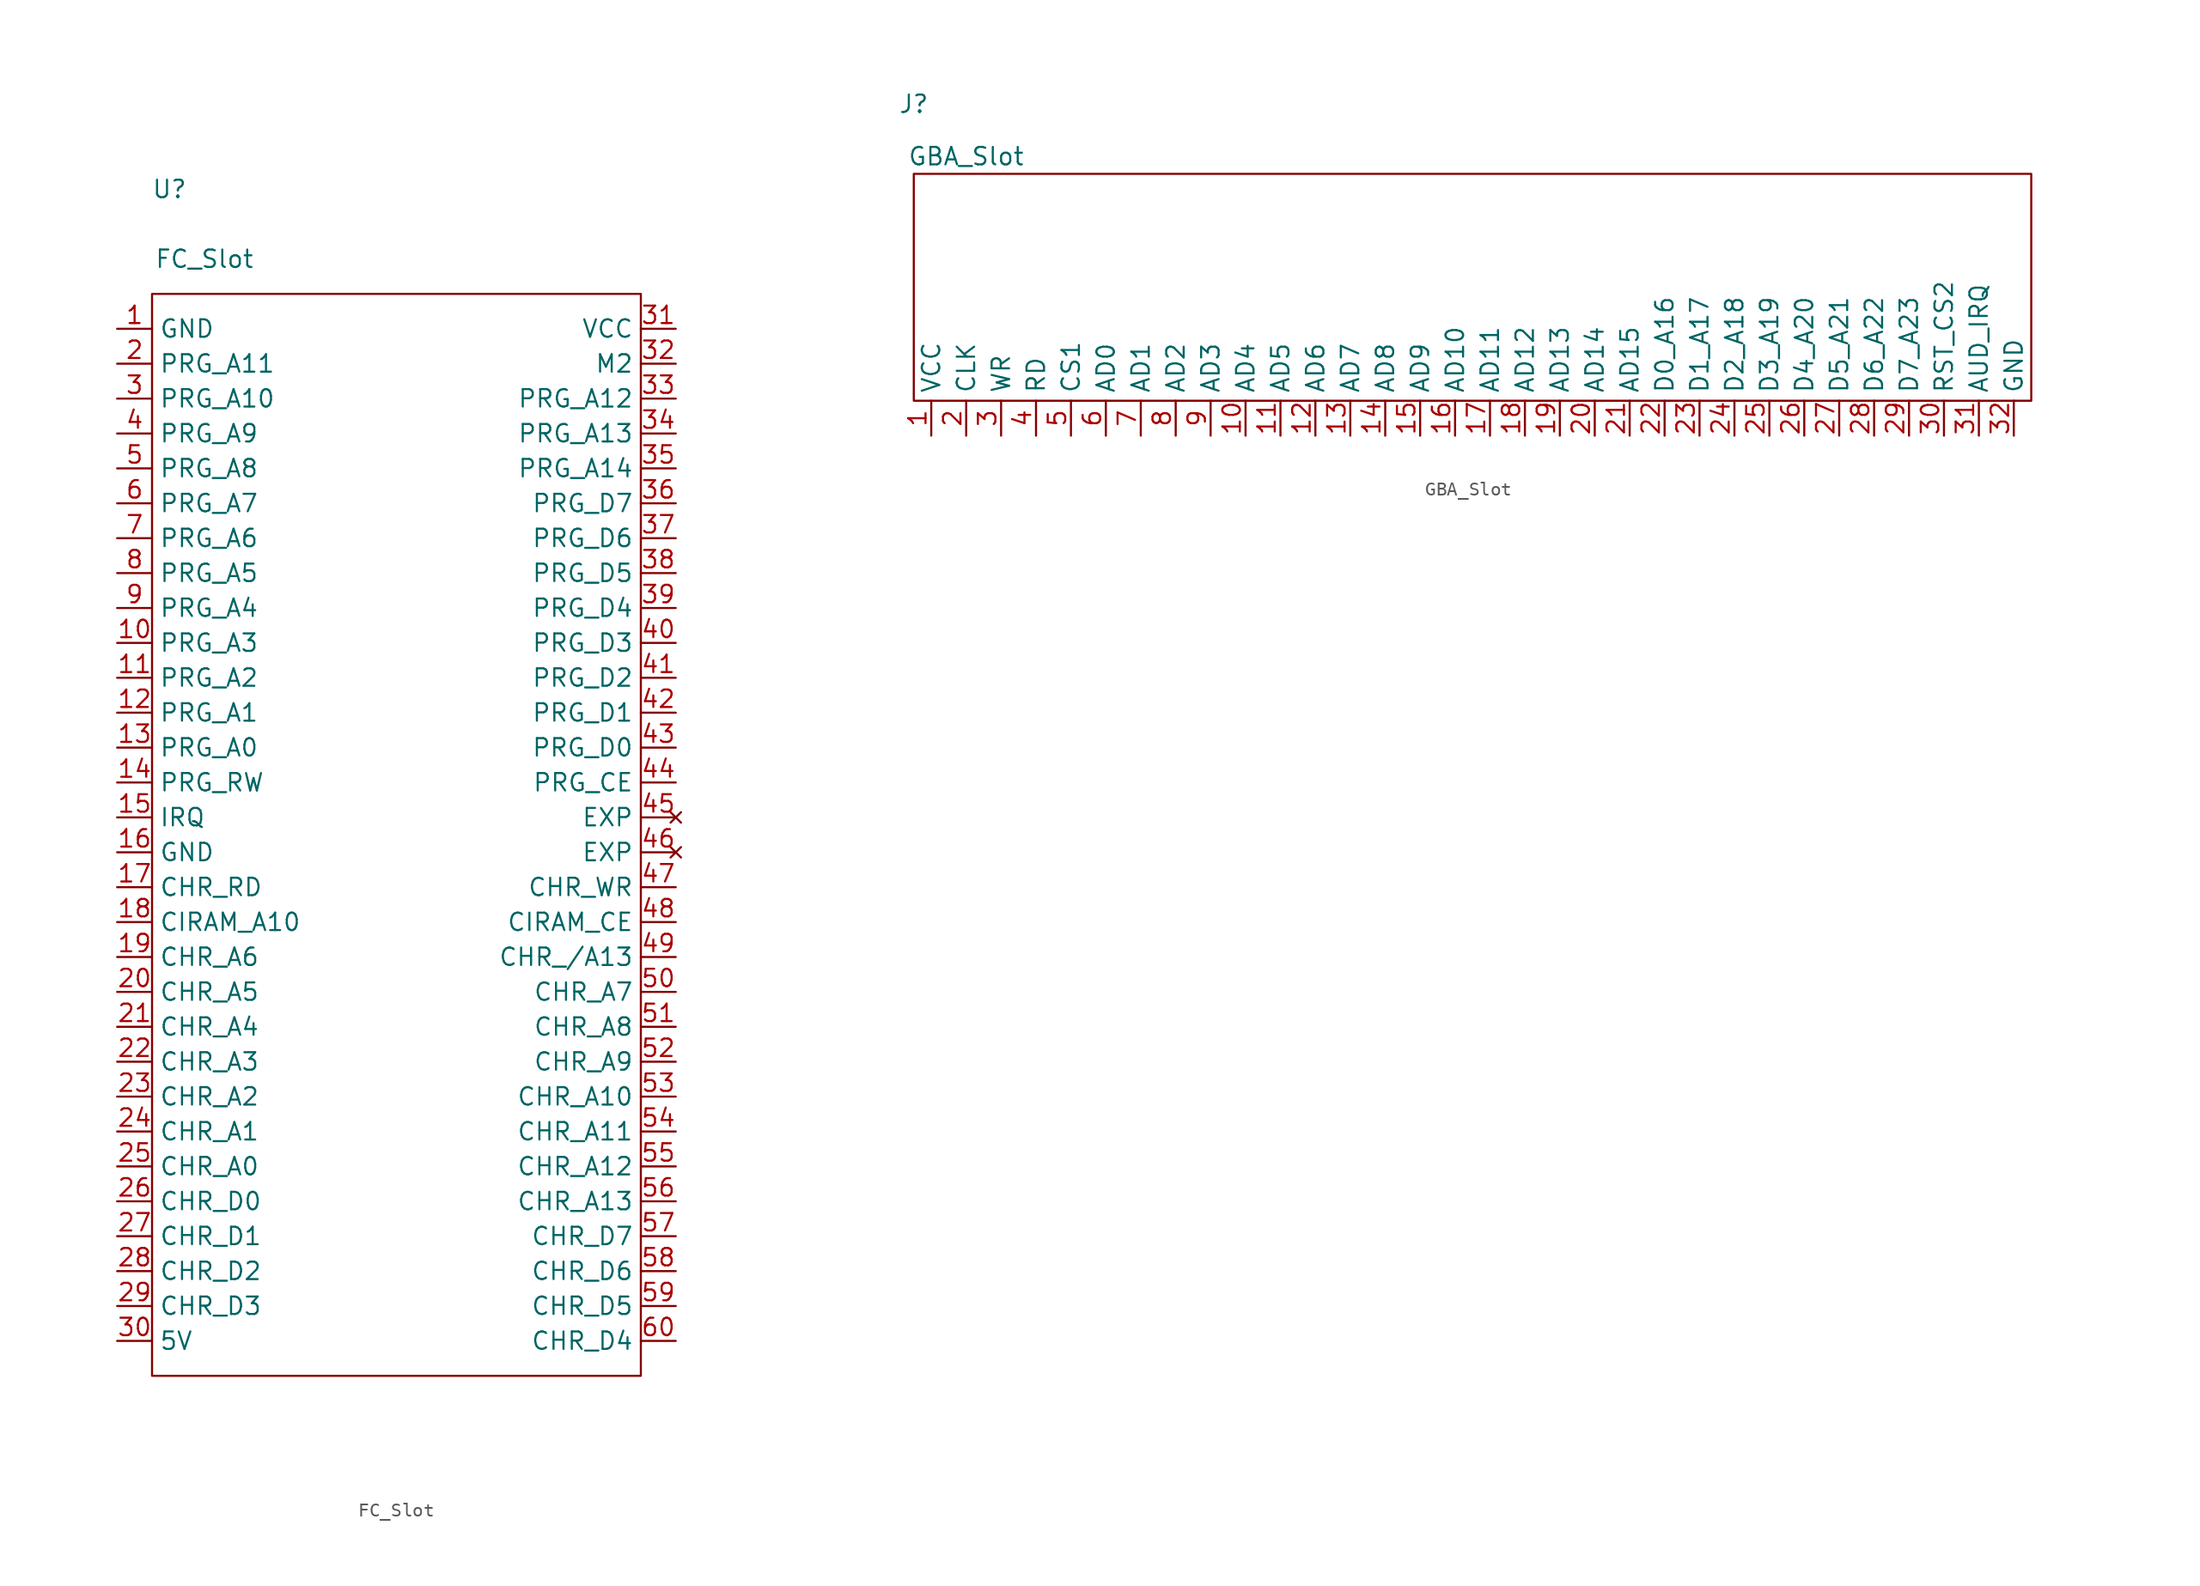
<source format=kicad_sym>
(kicad_symbol_lib
  (version 20220914)
  (generator kicad_symbol_editor)
  (symbol "FC_Slot"
    (property "Reference" "U"
      (at -16.51 52.07 0)
      (effects (font (size 1.27 1.27))))
    (property "Value" "FC_Slot"
      (at -13.97 46.99 0)
      (effects (font (size 1.27 1.27))))
    (symbol "FC_Slot_0_1"
      (rectangle (start -17.78 44.45) (end 17.78 -34.29) (stroke (width 0.152) (type default)) (fill (type none))))
    (symbol "FC_Slot_1_1"
      (pin power_in line (at -20.32 41.91 0) (length 2.54) (name "GND" (effects (font (size 1.27 1.27)))) (number "1" (effects (font (size 1.27 1.27)))))
      (pin input line (at -20.32 19.05 0) (length 2.54) (name "PRG_A3" (effects (font (size 1.27 1.27)))) (number "10" (effects (font (size 1.27 1.27)))))
      (pin input line (at -20.32 16.51 0) (length 2.54) (name "PRG_A2" (effects (font (size 1.27 1.27)))) (number "11" (effects (font (size 1.27 1.27)))))
      (pin input line (at -20.32 13.97 0) (length 2.54) (name "PRG_A1" (effects (font (size 1.27 1.27)))) (number "12" (effects (font (size 1.27 1.27)))))
      (pin input line (at -20.32 11.43 0) (length 2.54) (name "PRG_A0" (effects (font (size 1.27 1.27)))) (number "13" (effects (font (size 1.27 1.27)))))
      (pin input line (at -20.32 8.89 0) (length 2.54) (name "PRG_RW" (effects (font (size 1.27 1.27)))) (number "14" (effects (font (size 1.27 1.27)))))
      (pin input line (at -20.32 6.35 0) (length 2.54) (name "IRQ" (effects (font (size 1.27 1.27)))) (number "15" (effects (font (size 1.27 1.27)))))
      (pin power_in line (at -20.32 3.81 0) (length 2.54) (name "GND" (effects (font (size 1.27 1.27)))) (number "16" (effects (font (size 1.27 1.27)))))
      (pin input line (at -20.32 1.27 0) (length 2.54) (name "CHR_RD" (effects (font (size 1.27 1.27)))) (number "17" (effects (font (size 1.27 1.27)))))
      (pin input line (at -20.32 -1.27 0) (length 2.54) (name "CIRAM_A10" (effects (font (size 1.27 1.27)))) (number "18" (effects (font (size 1.27 1.27)))))
      (pin input line (at -20.32 -3.81 0) (length 2.54) (name "CHR_A6" (effects (font (size 1.27 1.27)))) (number "19" (effects (font (size 1.27 1.27)))))
      (pin input line (at -20.32 39.37 0) (length 2.54) (name "PRG_A11" (effects (font (size 1.27 1.27)))) (number "2" (effects (font (size 1.27 1.27)))))
      (pin input line (at -20.32 -6.35 0) (length 2.54) (name "CHR_A5" (effects (font (size 1.27 1.27)))) (number "20" (effects (font (size 1.27 1.27)))))
      (pin input line (at -20.32 -8.89 0) (length 2.54) (name "CHR_A4" (effects (font (size 1.27 1.27)))) (number "21" (effects (font (size 1.27 1.27)))))
      (pin input line (at -20.32 -11.43 0) (length 2.54) (name "CHR_A3" (effects (font (size 1.27 1.27)))) (number "22" (effects (font (size 1.27 1.27)))))
      (pin input line (at -20.32 -13.97 0) (length 2.54) (name "CHR_A2" (effects (font (size 1.27 1.27)))) (number "23" (effects (font (size 1.27 1.27)))))
      (pin input line (at -20.32 -16.51 0) (length 2.54) (name "CHR_A1" (effects (font (size 1.27 1.27)))) (number "24" (effects (font (size 1.27 1.27)))))
      (pin input line (at -20.32 -19.05 0) (length 2.54) (name "CHR_A0" (effects (font (size 1.27 1.27)))) (number "25" (effects (font (size 1.27 1.27)))))
      (pin bidirectional line (at -20.32 -21.59 0) (length 2.54) (name "CHR_D0" (effects (font (size 1.27 1.27)))) (number "26" (effects (font (size 1.27 1.27)))))
      (pin bidirectional line (at -20.32 -24.13 0) (length 2.54) (name "CHR_D1" (effects (font (size 1.27 1.27)))) (number "27" (effects (font (size 1.27 1.27)))))
      (pin bidirectional line (at -20.32 -26.67 0) (length 2.54) (name "CHR_D2" (effects (font (size 1.27 1.27)))) (number "28" (effects (font (size 1.27 1.27)))))
      (pin bidirectional line (at -20.32 -29.21 0) (length 2.54) (name "CHR_D3" (effects (font (size 1.27 1.27)))) (number "29" (effects (font (size 1.27 1.27)))))
      (pin input line (at -20.32 36.83 0) (length 2.54) (name "PRG_A10" (effects (font (size 1.27 1.27)))) (number "3" (effects (font (size 1.27 1.27)))))
      (pin power_in line (at -20.32 -31.75 0) (length 2.54) (name "5V" (effects (font (size 1.27 1.27)))) (number "30" (effects (font (size 1.27 1.27)))))
      (pin power_in line (at 20.32 41.91 180) (length 2.54) (name "VCC" (effects (font (size 1.27 1.27)))) (number "31" (effects (font (size 1.27 1.27)))))
      (pin input line (at 20.32 39.37 180) (length 2.54) (name "M2" (effects (font (size 1.27 1.27)))) (number "32" (effects (font (size 1.27 1.27)))))
      (pin input line (at 20.32 36.83 180) (length 2.54) (name "PRG_A12" (effects (font (size 1.27 1.27)))) (number "33" (effects (font (size 1.27 1.27)))))
      (pin input line (at 20.32 34.29 180) (length 2.54) (name "PRG_A13" (effects (font (size 1.27 1.27)))) (number "34" (effects (font (size 1.27 1.27)))))
      (pin input line (at 20.32 31.75 180) (length 2.54) (name "PRG_A14" (effects (font (size 1.27 1.27)))) (number "35" (effects (font (size 1.27 1.27)))))
      (pin bidirectional line (at 20.32 29.21 180) (length 2.54) (name "PRG_D7" (effects (font (size 1.27 1.27)))) (number "36" (effects (font (size 1.27 1.27)))))
      (pin bidirectional line (at 20.32 26.67 180) (length 2.54) (name "PRG_D6" (effects (font (size 1.27 1.27)))) (number "37" (effects (font (size 1.27 1.27)))))
      (pin bidirectional line (at 20.32 24.13 180) (length 2.54) (name "PRG_D5" (effects (font (size 1.27 1.27)))) (number "38" (effects (font (size 1.27 1.27)))))
      (pin bidirectional line (at 20.32 21.59 180) (length 2.54) (name "PRG_D4" (effects (font (size 1.27 1.27)))) (number "39" (effects (font (size 1.27 1.27)))))
      (pin input line (at -20.32 34.29 0) (length 2.54) (name "PRG_A9" (effects (font (size 1.27 1.27)))) (number "4" (effects (font (size 1.27 1.27)))))
      (pin bidirectional line (at 20.32 19.05 180) (length 2.54) (name "PRG_D3" (effects (font (size 1.27 1.27)))) (number "40" (effects (font (size 1.27 1.27)))))
      (pin bidirectional line (at 20.32 16.51 180) (length 2.54) (name "PRG_D2" (effects (font (size 1.27 1.27)))) (number "41" (effects (font (size 1.27 1.27)))))
      (pin bidirectional line (at 20.32 13.97 180) (length 2.54) (name "PRG_D1" (effects (font (size 1.27 1.27)))) (number "42" (effects (font (size 1.27 1.27)))))
      (pin bidirectional line (at 20.32 11.43 180) (length 2.54) (name "PRG_D0" (effects (font (size 1.27 1.27)))) (number "43" (effects (font (size 1.27 1.27)))))
      (pin input line (at 20.32 8.89 180) (length 2.54) (name "PRG_CE" (effects (font (size 1.27 1.27)))) (number "44" (effects (font (size 1.27 1.27)))))
      (pin no_connect line (at 20.32 6.35 180) (length 2.54) (name "EXP" (effects (font (size 1.27 1.27)))) (number "45" (effects (font (size 1.27 1.27)))))
      (pin no_connect line (at 20.32 3.81 180) (length 2.54) (name "EXP" (effects (font (size 1.27 1.27)))) (number "46" (effects (font (size 1.27 1.27)))))
      (pin input line (at 20.32 1.27 180) (length 2.54) (name "CHR_WR" (effects (font (size 1.27 1.27)))) (number "47" (effects (font (size 1.27 1.27)))))
      (pin input line (at 20.32 -1.27 180) (length 2.54) (name "CIRAM_CE" (effects (font (size 1.27 1.27)))) (number "48" (effects (font (size 1.27 1.27)))))
      (pin input line (at 20.32 -3.81 180) (length 2.54) (name "CHR_/A13" (effects (font (size 1.27 1.27)))) (number "49" (effects (font (size 1.27 1.27)))))
      (pin input line (at -20.32 31.75 0) (length 2.54) (name "PRG_A8" (effects (font (size 1.27 1.27)))) (number "5" (effects (font (size 1.27 1.27)))))
      (pin bidirectional line (at 20.32 -6.35 180) (length 2.54) (name "CHR_A7" (effects (font (size 1.27 1.27)))) (number "50" (effects (font (size 1.27 1.27)))))
      (pin input line (at 20.32 -8.89 180) (length 2.54) (name "CHR_A8" (effects (font (size 1.27 1.27)))) (number "51" (effects (font (size 1.27 1.27)))))
      (pin input line (at 20.32 -11.43 180) (length 2.54) (name "CHR_A9" (effects (font (size 1.27 1.27)))) (number "52" (effects (font (size 1.27 1.27)))))
      (pin input line (at 20.32 -13.97 180) (length 2.54) (name "CHR_A10" (effects (font (size 1.27 1.27)))) (number "53" (effects (font (size 1.27 1.27)))))
      (pin input line (at 20.32 -16.51 180) (length 2.54) (name "CHR_A11" (effects (font (size 1.27 1.27)))) (number "54" (effects (font (size 1.27 1.27)))))
      (pin input line (at 20.32 -19.05 180) (length 2.54) (name "CHR_A12" (effects (font (size 1.27 1.27)))) (number "55" (effects (font (size 1.27 1.27)))))
      (pin input line (at 20.32 -21.59 180) (length 2.54) (name "CHR_A13" (effects (font (size 1.27 1.27)))) (number "56" (effects (font (size 1.27 1.27)))))
      (pin bidirectional line (at 20.32 -24.13 180) (length 2.54) (name "CHR_D7" (effects (font (size 1.27 1.27)))) (number "57" (effects (font (size 1.27 1.27)))))
      (pin bidirectional line (at 20.32 -26.67 180) (length 2.54) (name "CHR_D6" (effects (font (size 1.27 1.27)))) (number "58" (effects (font (size 1.27 1.27)))))
      (pin bidirectional line (at 20.32 -29.21 180) (length 2.54) (name "CHR_D5" (effects (font (size 1.27 1.27)))) (number "59" (effects (font (size 1.27 1.27)))))
      (pin input line (at -20.32 29.21 0) (length 2.54) (name "PRG_A7" (effects (font (size 1.27 1.27)))) (number "6" (effects (font (size 1.27 1.27)))))
      (pin bidirectional line (at 20.32 -31.75 180) (length 2.54) (name "CHR_D4" (effects (font (size 1.27 1.27)))) (number "60" (effects (font (size 1.27 1.27)))))
      (pin input line (at -20.32 26.67 0) (length 2.54) (name "PRG_A6" (effects (font (size 1.27 1.27)))) (number "7" (effects (font (size 1.27 1.27)))))
      (pin input line (at -20.32 24.13 0) (length 2.54) (name "PRG_A5" (effects (font (size 1.27 1.27)))) (number "8" (effects (font (size 1.27 1.27)))))
      (pin input line (at -20.32 21.59 0) (length 2.54) (name "PRG_A4" (effects (font (size 1.27 1.27)))) (number "9" (effects (font (size 1.27 1.27)))))))
  (symbol "GBA_Slot"
    (property "Reference" "J"
      (at -39.37 15.24 0)
      (effects (font (size 1.27 1.27))))
    (property "Value" "GBA_Slot"
      (at -35.56 11.43 0)
      (effects (font (size 1.27 1.27))))
    (symbol "GBA_Slot_0_0"
      (pin power_in line (at 40.64 -8.89 90) (length 2.54) hide (name "GND" (effects (font (size 1.27 1.27)))) (number "SH1" (effects (font (size 1.27 1.27)))))
      (pin power_in line (at 40.64 -8.89 90) (length 2.54) hide (name "GND" (effects (font (size 1.27 1.27)))) (number "SH2" (effects (font (size 1.27 1.27))))))
    (symbol "GBA_Slot_0_1"
      (rectangle (start 41.91 -6.35) (end -39.37 10.16) (stroke (width 0.152) (type default)) (fill (type none))))
    (symbol "GBA_Slot_1_1"
      (pin power_in line (at -38.1 -8.89 90) (length 2.54) (name "VCC" (effects (font (size 1.27 1.27)))) (number "1" (effects (font (size 1.27 1.27)))))
      (pin bidirectional line (at -15.24 -8.89 90) (length 2.54) (name "AD4" (effects (font (size 1.27 1.27)))) (number "10" (effects (font (size 1.27 1.27)))))
      (pin bidirectional line (at -12.7 -8.89 90) (length 2.54) (name "AD5" (effects (font (size 1.27 1.27)))) (number "11" (effects (font (size 1.27 1.27)))))
      (pin bidirectional line (at -10.16 -8.89 90) (length 2.54) (name "AD6" (effects (font (size 1.27 1.27)))) (number "12" (effects (font (size 1.27 1.27)))))
      (pin bidirectional line (at -7.62 -8.89 90) (length 2.54) (name "AD7" (effects (font (size 1.27 1.27)))) (number "13" (effects (font (size 1.27 1.27)))))
      (pin bidirectional line (at -5.08 -8.89 90) (length 2.54) (name "AD8" (effects (font (size 1.27 1.27)))) (number "14" (effects (font (size 1.27 1.27)))))
      (pin bidirectional line (at -2.54 -8.89 90) (length 2.54) (name "AD9" (effects (font (size 1.27 1.27)))) (number "15" (effects (font (size 1.27 1.27)))))
      (pin bidirectional line (at 0 -8.89 90) (length 2.54) (name "AD10" (effects (font (size 1.27 1.27)))) (number "16" (effects (font (size 1.27 1.27)))))
      (pin bidirectional line (at 2.54 -8.89 90) (length 2.54) (name "AD11" (effects (font (size 1.27 1.27)))) (number "17" (effects (font (size 1.27 1.27)))))
      (pin bidirectional line (at 5.08 -8.89 90) (length 2.54) (name "AD12" (effects (font (size 1.27 1.27)))) (number "18" (effects (font (size 1.27 1.27)))))
      (pin bidirectional line (at 7.62 -8.89 90) (length 2.54) (name "AD13" (effects (font (size 1.27 1.27)))) (number "19" (effects (font (size 1.27 1.27)))))
      (pin input line (at -35.56 -8.89 90) (length 2.54) (name "CLK" (effects (font (size 1.27 1.27)))) (number "2" (effects (font (size 1.27 1.27)))))
      (pin bidirectional line (at 10.16 -8.89 90) (length 2.54) (name "AD14" (effects (font (size 1.27 1.27)))) (number "20" (effects (font (size 1.27 1.27)))))
      (pin bidirectional line (at 12.7 -8.89 90) (length 2.54) (name "AD15" (effects (font (size 1.27 1.27)))) (number "21" (effects (font (size 1.27 1.27)))))
      (pin bidirectional line (at 15.24 -8.89 90) (length 2.54) (name "D0_A16" (effects (font (size 1.27 1.27)))) (number "22" (effects (font (size 1.27 1.27)))))
      (pin bidirectional line (at 17.78 -8.89 90) (length 2.54) (name "D1_A17" (effects (font (size 1.27 1.27)))) (number "23" (effects (font (size 1.27 1.27)))))
      (pin bidirectional line (at 20.32 -8.89 90) (length 2.54) (name "D2_A18" (effects (font (size 1.27 1.27)))) (number "24" (effects (font (size 1.27 1.27)))))
      (pin bidirectional line (at 22.86 -8.89 90) (length 2.54) (name "D3_A19" (effects (font (size 1.27 1.27)))) (number "25" (effects (font (size 1.27 1.27)))))
      (pin bidirectional line (at 25.4 -8.89 90) (length 2.54) (name "D4_A20" (effects (font (size 1.27 1.27)))) (number "26" (effects (font (size 1.27 1.27)))))
      (pin bidirectional line (at 27.94 -8.89 90) (length 2.54) (name "D5_A21" (effects (font (size 1.27 1.27)))) (number "27" (effects (font (size 1.27 1.27)))))
      (pin bidirectional line (at 30.48 -8.89 90) (length 2.54) (name "D6_A22" (effects (font (size 1.27 1.27)))) (number "28" (effects (font (size 1.27 1.27)))))
      (pin bidirectional line (at 33.02 -8.89 90) (length 2.54) (name "D7_A23" (effects (font (size 1.27 1.27)))) (number "29" (effects (font (size 1.27 1.27)))))
      (pin input line (at -33.02 -8.89 90) (length 2.54) (name "WR" (effects (font (size 1.27 1.27)))) (number "3" (effects (font (size 1.27 1.27)))))
      (pin input line (at 35.56 -8.89 90) (length 2.54) (name "RST_CS2" (effects (font (size 1.27 1.27)))) (number "30" (effects (font (size 1.27 1.27)))))
      (pin input line (at 38.1 -8.89 90) (length 2.54) (name "AUD_IRQ" (effects (font (size 1.27 1.27)))) (number "31" (effects (font (size 1.27 1.27)))))
      (pin power_in line (at 40.64 -8.89 90) (length 2.54) (name "GND" (effects (font (size 1.27 1.27)))) (number "32" (effects (font (size 1.27 1.27)))))
      (pin input line (at -30.48 -8.89 90) (length 2.54) (name "RD" (effects (font (size 1.27 1.27)))) (number "4" (effects (font (size 1.27 1.27)))))
      (pin input line (at -27.94 -8.89 90) (length 2.54) (name "CS1" (effects (font (size 1.27 1.27)))) (number "5" (effects (font (size 1.27 1.27)))))
      (pin bidirectional line (at -25.4 -8.89 90) (length 2.54) (name "AD0" (effects (font (size 1.27 1.27)))) (number "6" (effects (font (size 1.27 1.27)))))
      (pin bidirectional line (at -22.86 -8.89 90) (length 2.54) (name "AD1" (effects (font (size 1.27 1.27)))) (number "7" (effects (font (size 1.27 1.27)))))
      (pin bidirectional line (at -20.32 -8.89 90) (length 2.54) (name "AD2" (effects (font (size 1.27 1.27)))) (number "8" (effects (font (size 1.27 1.27)))))
      (pin bidirectional line (at -17.78 -8.89 90) (length 2.54) (name "AD3" (effects (font (size 1.27 1.27)))) (number "9" (effects (font (size 1.27 1.27))))))))
</source>
